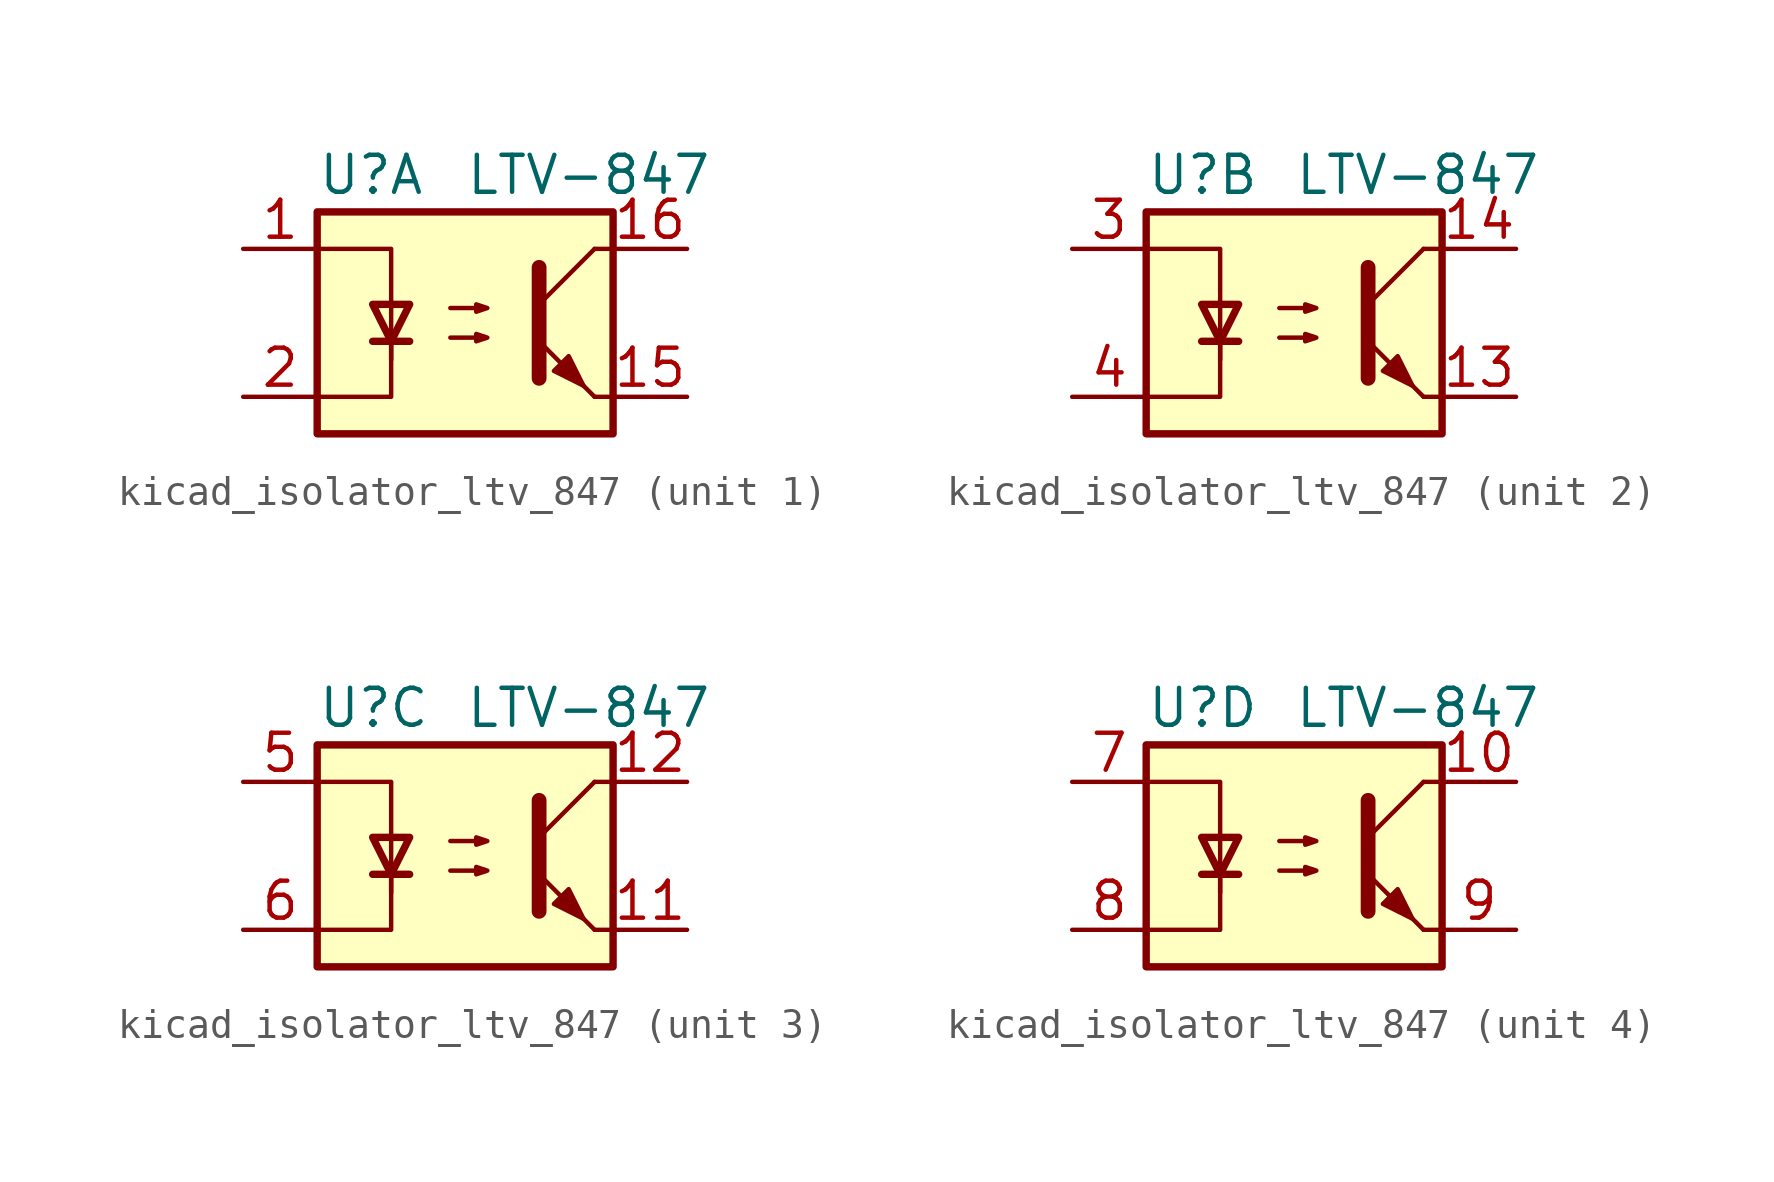
<source format=kicad_sym>
(kicad_symbol_lib
  (version 20220914)
  (generator kicad_symbol_editor)
  (symbol "kicad_isolator_ltv_847"
    (pin_names
      (offset 1.016))
    (property "Reference" "U"
      (at -5.08 5.08 0)
      (effects (font (size 1.27 1.27)) (justify left)))
    (property "Value" "LTV-847"
      (at 0 5.08 0)
      (effects (font (size 1.27 1.27)) (justify left)))
    (symbol "kicad_isolator_ltv_847_0_1"
      (rectangle (start -5.08 3.81) (end 5.08 -3.81) (stroke (width 0.254) (type default)) (fill (type background)))
      (polyline (pts (xy -3.175 -0.635) (xy -1.905 -0.635)) (stroke (width 0.254) (type default)) (fill (type none)))
      (polyline (pts (xy 2.54 0.635) (xy 4.445 2.54)) (stroke (width 0) (type default)) (fill (type none)))
      (polyline (pts (xy 4.445 -2.54) (xy 2.54 -0.635)) (stroke (width 0) (type default)) (fill (type outline)))
      (polyline (pts (xy 4.445 -2.54) (xy 5.08 -2.54)) (stroke (width 0) (type default)) (fill (type none)))
      (polyline (pts (xy 4.445 2.54) (xy 5.08 2.54)) (stroke (width 0) (type default)) (fill (type none)))
      (polyline (pts (xy -2.54 -0.635) (xy -2.54 -2.54) (xy -5.08 -2.54)) (stroke (width 0) (type default)) (fill (type none)))
      (polyline (pts (xy 2.54 1.905) (xy 2.54 -1.905) (xy 2.54 -1.905)) (stroke (width 0.508) (type default)) (fill (type none)))
      (polyline (pts (xy -5.08 2.54) (xy -2.54 2.54) (xy -2.54 -1.27) (xy -2.54 0.635)) (stroke (width 0) (type default)) (fill (type none)))
      (polyline (pts (xy -2.54 -0.635) (xy -3.175 0.635) (xy -1.905 0.635) (xy -2.54 -0.635)) (stroke (width 0.254) (type default)) (fill (type none)))
      (polyline (pts (xy -0.508 -0.508) (xy 0.762 -0.508) (xy 0.381 -0.635) (xy 0.381 -0.381) (xy 0.762 -0.508)) (stroke (width 0) (type default)) (fill (type none)))
      (polyline (pts (xy -0.508 0.508) (xy 0.762 0.508) (xy 0.381 0.381) (xy 0.381 0.635) (xy 0.762 0.508)) (stroke (width 0) (type default)) (fill (type none)))
      (polyline (pts (xy 3.048 -1.651) (xy 3.556 -1.143) (xy 4.064 -2.159) (xy 3.048 -1.651) (xy 3.048 -1.651)) (stroke (width 0) (type default)) (fill (type outline))))
    (symbol "kicad_isolator_ltv_847_1_1"
      (pin passive line (at -7.62 2.54 0) (length 2.54) (name "~" (effects (font (size 1.27 1.27)))) (number "1" (effects (font (size 1.27 1.27)))))
      (pin passive line (at 7.62 -2.54 180) (length 2.54) (name "~" (effects (font (size 1.27 1.27)))) (number "15" (effects (font (size 1.27 1.27)))))
      (pin passive line (at 7.62 2.54 180) (length 2.54) (name "~" (effects (font (size 1.27 1.27)))) (number "16" (effects (font (size 1.27 1.27)))))
      (pin passive line (at -7.62 -2.54 0) (length 2.54) (name "~" (effects (font (size 1.27 1.27)))) (number "2" (effects (font (size 1.27 1.27))))))
    (symbol "kicad_isolator_ltv_847_2_1"
      (pin passive line (at 7.62 -2.54 180) (length 2.54) (name "~" (effects (font (size 1.27 1.27)))) (number "13" (effects (font (size 1.27 1.27)))))
      (pin passive line (at 7.62 2.54 180) (length 2.54) (name "~" (effects (font (size 1.27 1.27)))) (number "14" (effects (font (size 1.27 1.27)))))
      (pin passive line (at -7.62 2.54 0) (length 2.54) (name "~" (effects (font (size 1.27 1.27)))) (number "3" (effects (font (size 1.27 1.27)))))
      (pin passive line (at -7.62 -2.54 0) (length 2.54) (name "~" (effects (font (size 1.27 1.27)))) (number "4" (effects (font (size 1.27 1.27))))))
    (symbol "kicad_isolator_ltv_847_3_1"
      (pin passive line (at 7.62 -2.54 180) (length 2.54) (name "~" (effects (font (size 1.27 1.27)))) (number "11" (effects (font (size 1.27 1.27)))))
      (pin passive line (at 7.62 2.54 180) (length 2.54) (name "~" (effects (font (size 1.27 1.27)))) (number "12" (effects (font (size 1.27 1.27)))))
      (pin passive line (at -7.62 2.54 0) (length 2.54) (name "~" (effects (font (size 1.27 1.27)))) (number "5" (effects (font (size 1.27 1.27)))))
      (pin passive line (at -7.62 -2.54 0) (length 2.54) (name "~" (effects (font (size 1.27 1.27)))) (number "6" (effects (font (size 1.27 1.27))))))
    (symbol "kicad_isolator_ltv_847_4_1"
      (pin passive line (at 7.62 2.54 180) (length 2.54) (name "~" (effects (font (size 1.27 1.27)))) (number "10" (effects (font (size 1.27 1.27)))))
      (pin passive line (at -7.62 2.54 0) (length 2.54) (name "~" (effects (font (size 1.27 1.27)))) (number "7" (effects (font (size 1.27 1.27)))))
      (pin passive line (at -7.62 -2.54 0) (length 2.54) (name "~" (effects (font (size 1.27 1.27)))) (number "8" (effects (font (size 1.27 1.27)))))
      (pin passive line (at 7.62 -2.54 180) (length 2.54) (name "~" (effects (font (size 1.27 1.27)))) (number "9" (effects (font (size 1.27 1.27))))))))
</source>
